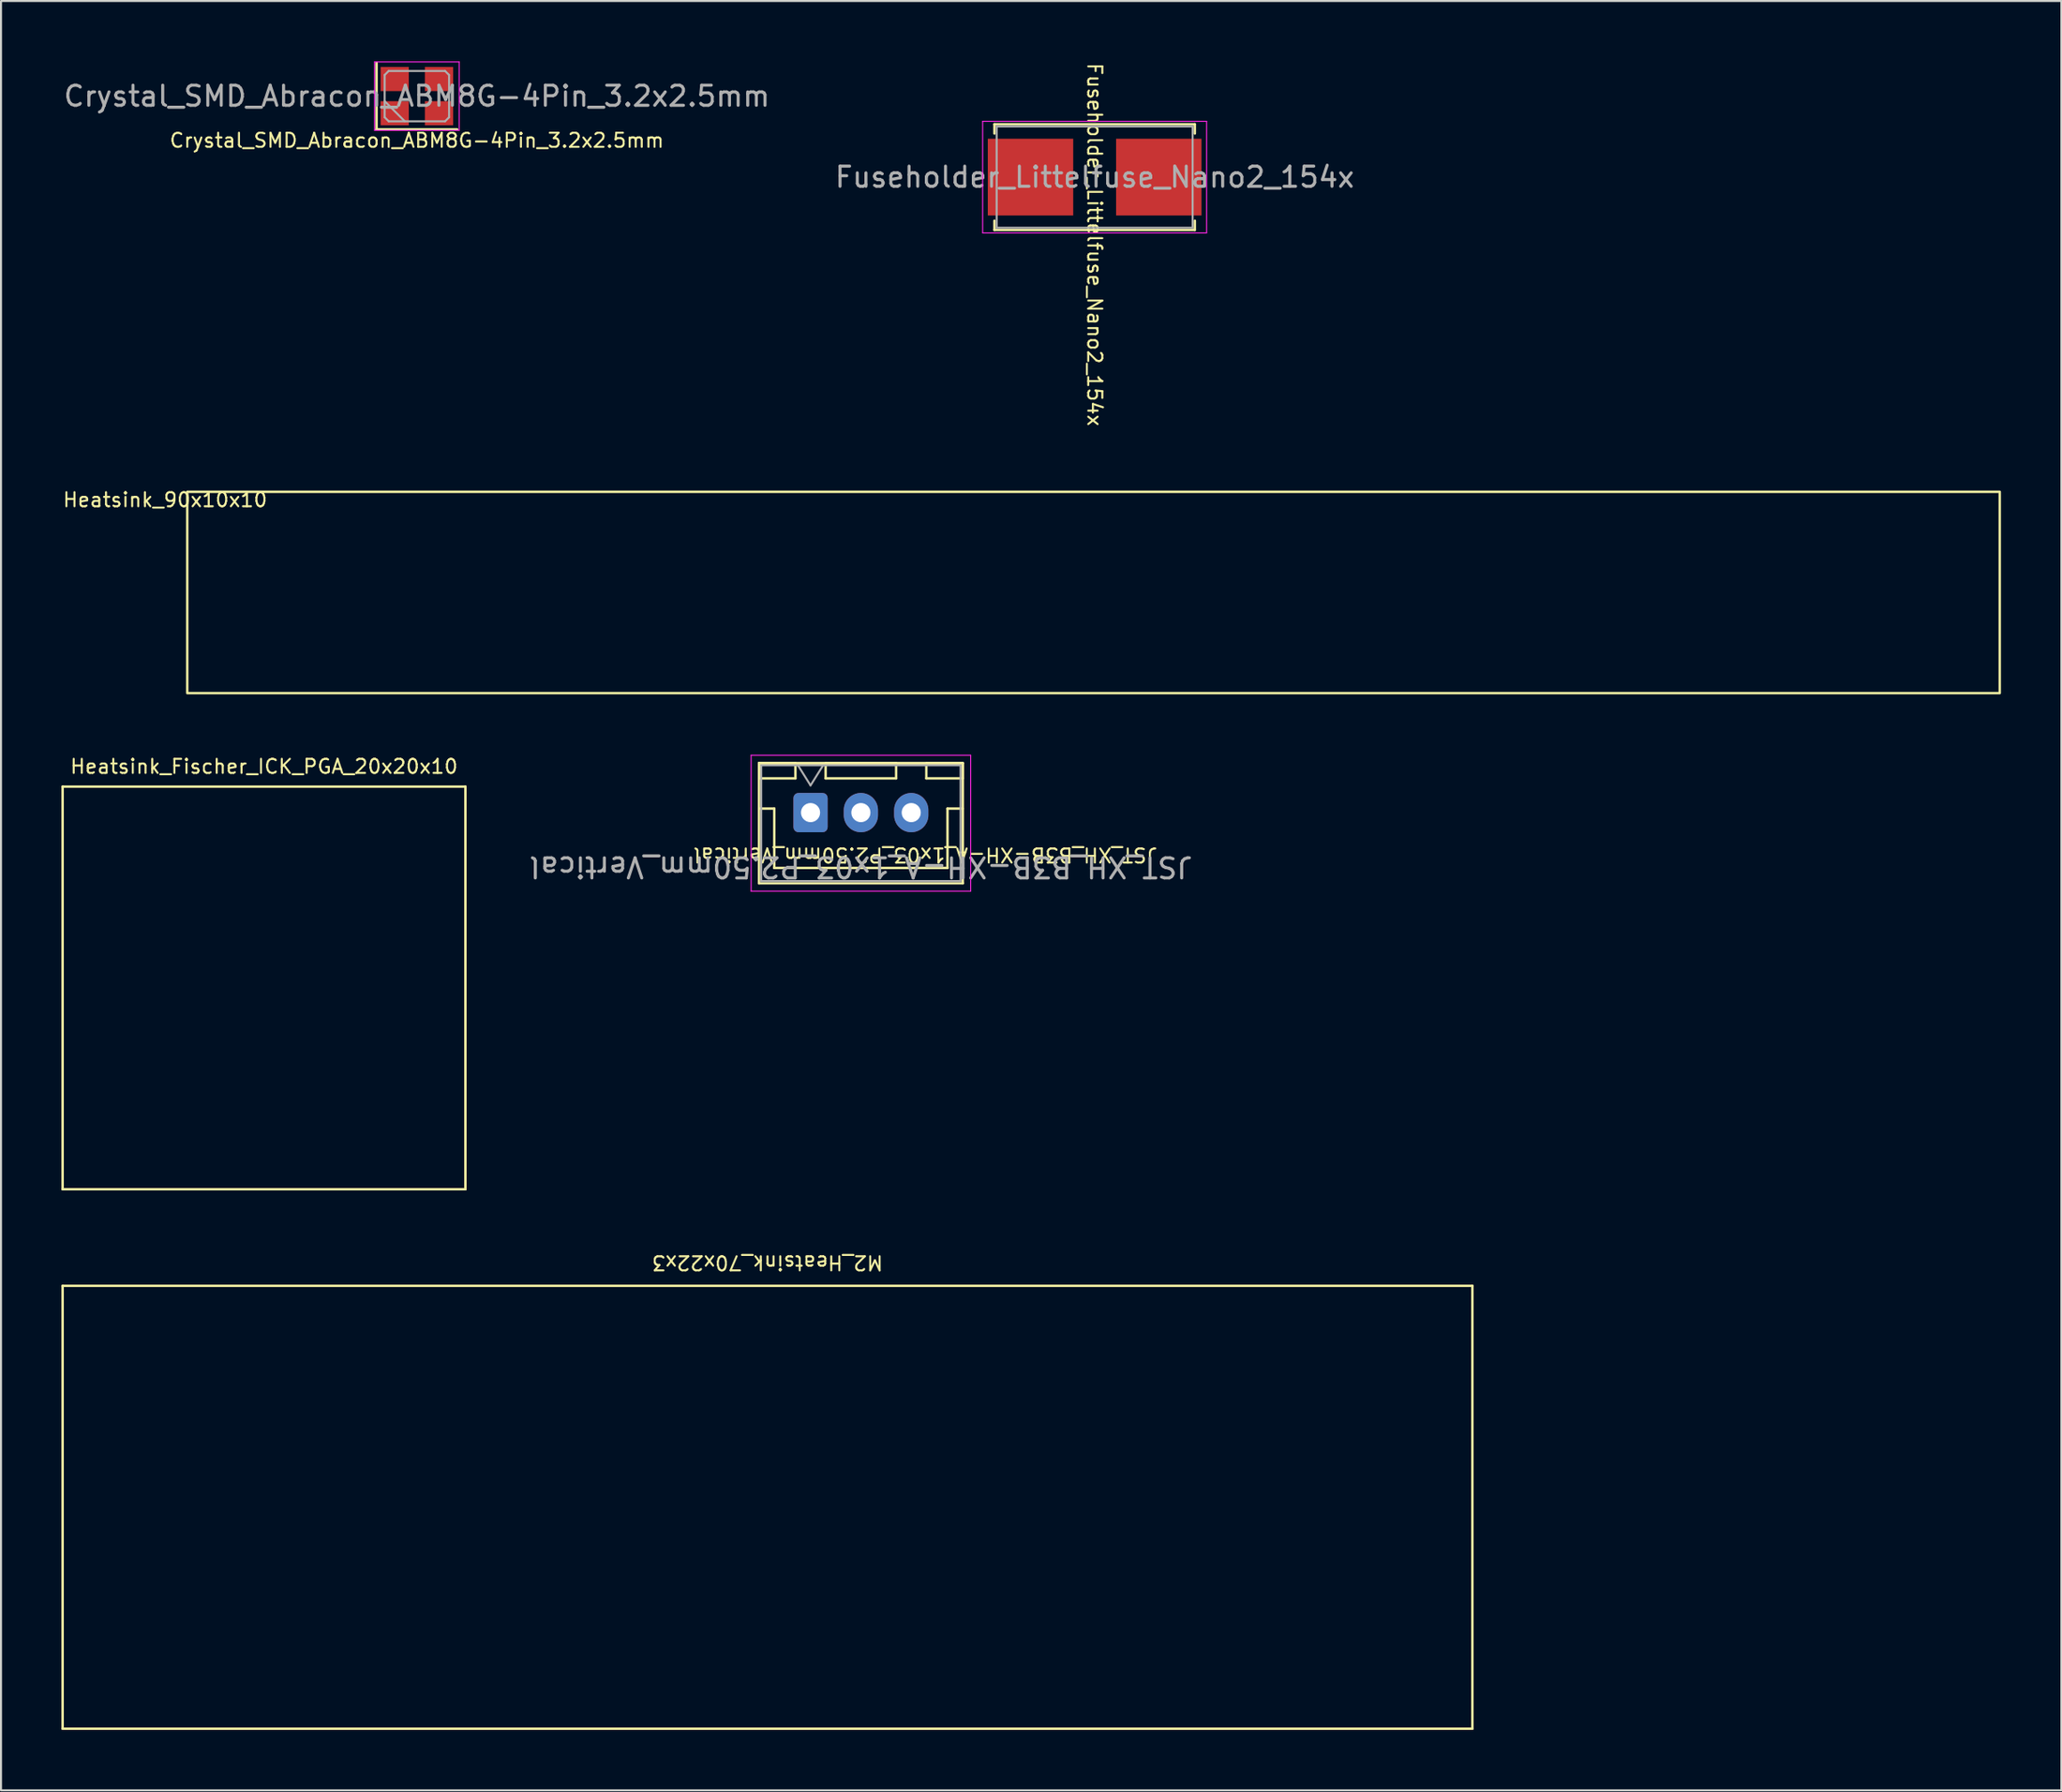
<source format=kicad_pcb>
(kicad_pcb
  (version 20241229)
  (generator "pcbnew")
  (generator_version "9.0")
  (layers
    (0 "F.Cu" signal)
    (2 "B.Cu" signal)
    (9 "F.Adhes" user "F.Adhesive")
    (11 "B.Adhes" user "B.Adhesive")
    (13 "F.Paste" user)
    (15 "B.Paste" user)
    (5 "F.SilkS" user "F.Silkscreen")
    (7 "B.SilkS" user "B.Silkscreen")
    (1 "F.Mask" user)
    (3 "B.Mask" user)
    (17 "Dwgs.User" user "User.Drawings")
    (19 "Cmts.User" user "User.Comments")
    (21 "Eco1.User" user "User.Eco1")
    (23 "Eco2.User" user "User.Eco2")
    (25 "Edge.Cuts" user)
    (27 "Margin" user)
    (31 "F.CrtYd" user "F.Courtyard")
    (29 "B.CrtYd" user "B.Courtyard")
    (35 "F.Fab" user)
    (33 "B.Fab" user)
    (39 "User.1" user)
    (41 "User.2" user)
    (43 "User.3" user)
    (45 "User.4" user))
  (footprint "Heatsink_Fischer_ICK_PGA_20x20x10"
    (layer "F.Cu")
    (at 10.06 46.023)
    (property "Reference" "Heatsink_Fischer_ICK_PGA_20x20x10" (at 0 -11 0) (unlocked yes) (layer "F.SilkS") (effects (font (size 0.7 0.7) (thickness 0.1))))
    (attr exclude_from_pos_files)
    (fp_line (start -10 -10) (end 10 -10) (stroke (width 0.12) (type solid)) (layer "F.SilkS"))
    (fp_line (start -10 10) (end -10 -10) (stroke (width 0.12) (type solid)) (layer "F.SilkS"))
    (fp_line (start 10 -10) (end 10 10) (stroke (width 0.12) (type solid)) (layer "F.SilkS"))
    (fp_line (start 10 10) (end -10 10) (stroke (width 0.12) (type solid)) (layer "F.SilkS")))
  (footprint "Crystal_SMD_Abracon_ABM8G-4Pin_3.2x2.5mm"
    (layer "F.Cu")
    (at 17.649 1.725)
    (property "Reference" "Crystal_SMD_Abracon_ABM8G-4Pin_3.2x2.5mm" (at 0 2.2 0) (unlocked yes) (layer "F.SilkS") (effects (font (size 0.7 0.7) (thickness 0.1))))
    (attr smd)
    (fp_line (start -2 -1.65) (end -2 1.65) (stroke (width 0.12) (type solid)) (layer "F.SilkS"))
    (fp_line (start -2 1.65) (end 2 1.65) (stroke (width 0.12) (type solid)) (layer "F.SilkS"))
    (fp_line (start -2.1 -1.7) (end -2.1 1.7) (stroke (width 0.05) (type solid)) (layer "F.CrtYd"))
    (fp_line (start -2.1 1.7) (end 2.1 1.7) (stroke (width 0.05) (type solid)) (layer "F.CrtYd"))
    (fp_line (start 2.1 -1.7) (end -2.1 -1.7) (stroke (width 0.05) (type solid)) (layer "F.CrtYd"))
    (fp_line (start 2.1 1.7) (end 2.1 -1.7) (stroke (width 0.05) (type solid)) (layer "F.CrtYd"))
    (fp_line (start -1.6 -1.05) (end -1.4 -1.25) (stroke (width 0.1) (type solid)) (layer "F.Fab"))
    (fp_line (start -1.6 0.25) (end -0.6 1.25) (stroke (width 0.1) (type solid)) (layer "F.Fab"))
    (fp_line (start -1.6 1.05) (end -1.6 -1.05) (stroke (width 0.1) (type solid)) (layer "F.Fab"))
    (fp_line (start -1.4 -1.25) (end 1.4 -1.25) (stroke (width 0.1) (type solid)) (layer "F.Fab"))
    (fp_line (start -1.4 1.25) (end -1.6 1.05) (stroke (width 0.1) (type solid)) (layer "F.Fab"))
    (fp_line (start 1.4 -1.25) (end 1.6 -1.05) (stroke (width 0.1) (type solid)) (layer "F.Fab"))
    (fp_line (start 1.4 1.25) (end -1.4 1.25) (stroke (width 0.1) (type solid)) (layer "F.Fab"))
    (fp_line (start 1.6 -1.05) (end 1.6 1.05) (stroke (width 0.1) (type solid)) (layer "F.Fab"))
    (fp_line (start 1.6 1.05) (end 1.4 1.25) (stroke (width 0.1) (type solid)) (layer "F.Fab"))
    (fp_text user "${REFERENCE}" (at 0 0 0) (unlocked yes) (layer "F.Fab") (effects (font (size 1 1) (thickness 0.15))))
    (pad "1" smd rect (at -1.1 0.85) (size 1.4 1.2) (layers "F.Cu" "F.Mask" "F.Paste"))
    (pad "2" smd rect (at 1.1 0.85) (size 1.4 1.2) (layers "F.Cu" "F.Mask" "F.Paste"))
    (pad "3" smd rect (at 1.1 -0.85) (size 1.4 1.2) (layers "F.Cu" "F.Mask" "F.Paste"))
    (pad "4" smd rect (at -1.1 -0.85) (size 1.4 1.2) (layers "F.Cu" "F.Mask" "F.Paste")))
  (footprint "M2_Heatsink_70x22x3"
    (layer "F.Cu")
    (at 35.06 71.818)
    (property "Reference" "M2_Heatsink_70x22x3" (at 0 -12.15 180) (unlocked yes) (layer "F.SilkS") (effects (font (size 0.7 0.7) (thickness 0.1))))
    (attr exclude_from_pos_files)
    (fp_line (start -35 -11) (end 35 -11) (stroke (width 0.12) (type solid)) (layer "F.SilkS"))
    (fp_line (start -35 11) (end -35 -11) (stroke (width 0.12) (type solid)) (layer "F.SilkS"))
    (fp_line (start 35 -11) (end 35 11) (stroke (width 0.12) (type solid)) (layer "F.SilkS"))
    (fp_line (start 35 11) (end -35 11) (stroke (width 0.12) (type solid)) (layer "F.SilkS")))
  (footprint "Heatsink_90x10x10"
    (layer "F.Cu")
    (at 51.247 26.378)
    (property "Reference" "Heatsink_90x10x10" (at -46.1 -4.6 0) (unlocked yes) (layer "F.SilkS") (effects (font (size 0.7 0.7) (thickness 0.1))))
    (attr exclude_from_pos_files)
    (fp_rect (start -45 -5) (end 45 5) (stroke (width 0.12) (type solid)) (fill no) (layer "F.SilkS")))
  (footprint "JST_XH_B3B-XH-A_1x03_P2.50mm_Vertical"
    (layer "F.Cu")
    (at 37.197 37.313)
    (property "Reference" "JST_XH_B3B-XH-A_1x03_P2.50mm_Vertical" (at 5.7 2.1 180) (unlocked yes) (layer "F.SilkS") (effects (font (size 0.7 0.7) (thickness 0.1))))
    (attr through_hole)
    (fp_line (start -2.56 -2.46) (end -2.56 3.51) (stroke (width 0.12) (type solid)) (layer "F.SilkS"))
    (fp_line (start -2.56 3.51) (end 7.56 3.51) (stroke (width 0.12) (type solid)) (layer "F.SilkS"))
    (fp_line (start -2.55 -2.45) (end -2.55 -1.7) (stroke (width 0.12) (type solid)) (layer "F.SilkS"))
    (fp_line (start -2.55 -1.7) (end -0.75 -1.7) (stroke (width 0.12) (type solid)) (layer "F.SilkS"))
    (fp_line (start -2.55 -0.2) (end -1.8 -0.2) (stroke (width 0.12) (type solid)) (layer "F.SilkS"))
    (fp_line (start -1.8 -0.2) (end -1.8 2.75) (stroke (width 0.12) (type solid)) (layer "F.SilkS"))
    (fp_line (start -1.8 2.75) (end 2.5 2.75) (stroke (width 0.12) (type solid)) (layer "F.SilkS"))
    (fp_line (start -0.75 -2.45) (end -2.55 -2.45) (stroke (width 0.12) (type solid)) (layer "F.SilkS"))
    (fp_line (start -0.75 -1.7) (end -0.75 -2.45) (stroke (width 0.12) (type solid)) (layer "F.SilkS"))
    (fp_line (start 0.75 -2.45) (end 0.75 -1.7) (stroke (width 0.12) (type solid)) (layer "F.SilkS"))
    (fp_line (start 0.75 -1.7) (end 4.25 -1.7) (stroke (width 0.12) (type solid)) (layer "F.SilkS"))
    (fp_line (start 4.25 -2.45) (end 0.75 -2.45) (stroke (width 0.12) (type solid)) (layer "F.SilkS"))
    (fp_line (start 4.25 -1.7) (end 4.25 -2.45) (stroke (width 0.12) (type solid)) (layer "F.SilkS"))
    (fp_line (start 5.75 -2.45) (end 5.75 -1.7) (stroke (width 0.12) (type solid)) (layer "F.SilkS"))
    (fp_line (start 5.75 -1.7) (end 7.55 -1.7) (stroke (width 0.12) (type solid)) (layer "F.SilkS"))
    (fp_line (start 6.8 -0.2) (end 6.8 2.75) (stroke (width 0.12) (type solid)) (layer "F.SilkS"))
    (fp_line (start 6.8 2.75) (end 2.5 2.75) (stroke (width 0.12) (type solid)) (layer "F.SilkS"))
    (fp_line (start 7.55 -2.45) (end 5.75 -2.45) (stroke (width 0.12) (type solid)) (layer "F.SilkS"))
    (fp_line (start 7.55 -1.7) (end 7.55 -2.45) (stroke (width 0.12) (type solid)) (layer "F.SilkS"))
    (fp_line (start 7.55 -0.2) (end 6.8 -0.2) (stroke (width 0.12) (type solid)) (layer "F.SilkS"))
    (fp_line (start 7.56 -2.46) (end -2.56 -2.46) (stroke (width 0.12) (type solid)) (layer "F.SilkS"))
    (fp_line (start 7.56 3.51) (end 7.56 -2.46) (stroke (width 0.12) (type solid)) (layer "F.SilkS"))
    (fp_line (start -2.95 -2.85) (end -2.95 3.9) (stroke (width 0.05) (type solid)) (layer "F.CrtYd"))
    (fp_line (start -2.95 3.9) (end 7.95 3.9) (stroke (width 0.05) (type solid)) (layer "F.CrtYd"))
    (fp_line (start 7.95 -2.85) (end -2.95 -2.85) (stroke (width 0.05) (type solid)) (layer "F.CrtYd"))
    (fp_line (start 7.95 3.9) (end 7.95 -2.85) (stroke (width 0.05) (type solid)) (layer "F.CrtYd"))
    (fp_line (start -2.45 -2.35) (end -2.45 3.4) (stroke (width 0.1) (type solid)) (layer "F.Fab"))
    (fp_line (start -2.45 3.4) (end 7.45 3.4) (stroke (width 0.1) (type solid)) (layer "F.Fab"))
    (fp_line (start -0.625 -2.35) (end 0 -1.35) (stroke (width 0.1) (type solid)) (layer "F.Fab"))
    (fp_line (start 0 -1.35) (end 0.625 -2.35) (stroke (width 0.1) (type solid)) (layer "F.Fab"))
    (fp_line (start 7.45 -2.35) (end -2.45 -2.35) (stroke (width 0.1) (type solid)) (layer "F.Fab"))
    (fp_line (start 7.45 3.4) (end 7.45 -2.35) (stroke (width 0.1) (type solid)) (layer "F.Fab"))
    (fp_text user "${REFERENCE}" (at 2.5 2.7 180) (unlocked yes) (layer "F.Fab") (effects (font (size 1 1) (thickness 0.15))))
    (pad "1" thru_hole roundrect (at 0 0) (size 1.7 1.95) (drill 0.95) (layers "*.Cu" "*.Mask") (roundrect_rratio 0.147))
    (pad "2" thru_hole oval (at 2.5 0) (size 1.7 1.95) (drill 0.95) (layers "*.Cu" "*.Mask"))
    (pad "3" thru_hole oval (at 5 0) (size 1.7 1.95) (drill 0.95) (layers "*.Cu" "*.Mask")))
  (footprint "Fuseholder_Littelfuse_Nano2_154x"
    (layer "F.Cu")
    (at 51.304 5.747)
    (property "Reference" "Fuseholder_Littelfuse_Nano2_154x" (at 0 3.35 270) (unlocked yes) (layer "F.SilkS") (effects (font (size 0.7 0.7) (thickness 0.1))))
    (attr smd)
    (fp_line (start -4.975 -2.625) (end -4.975 -2.165) (stroke (width 0.12) (type solid)) (layer "F.SilkS"))
    (fp_line (start -4.975 -2.625) (end 4.975 -2.625) (stroke (width 0.12) (type solid)) (layer "F.SilkS"))
    (fp_line (start -4.975 2.165) (end -4.975 2.625) (stroke (width 0.12) (type solid)) (layer "F.SilkS"))
    (fp_line (start -4.975 2.625) (end 4.975 2.625) (stroke (width 0.12) (type solid)) (layer "F.SilkS"))
    (fp_line (start 4.975 -2.625) (end 4.975 -2.165) (stroke (width 0.12) (type solid)) (layer "F.SilkS"))
    (fp_line (start 4.975 2.625) (end 4.975 2.165) (stroke (width 0.12) (type solid)) (layer "F.SilkS"))
    (fp_line (start -5.56 -2.77) (end -5.56 2.77) (stroke (width 0.05) (type solid)) (layer "F.CrtYd"))
    (fp_line (start -5.56 -2.77) (end 5.56 -2.77) (stroke (width 0.05) (type solid)) (layer "F.CrtYd"))
    (fp_line (start -5.56 2.77) (end 5.56 2.77) (stroke (width 0.05) (type solid)) (layer "F.CrtYd"))
    (fp_line (start 5.56 -2.77) (end 5.56 2.77) (stroke (width 0.05) (type solid)) (layer "F.CrtYd"))
    (fp_line (start -4.865 -2.515) (end -4.865 2.515) (stroke (width 0.1) (type solid)) (layer "F.Fab"))
    (fp_line (start -4.865 -2.515) (end 4.865 -2.515) (stroke (width 0.1) (type solid)) (layer "F.Fab"))
    (fp_line (start -4.865 2.515) (end 4.865 2.515) (stroke (width 0.1) (type solid)) (layer "F.Fab"))
    (fp_line (start 4.865 2.515) (end 4.865 -2.515) (stroke (width 0.1) (type solid)) (layer "F.Fab"))
    (fp_text user "${REFERENCE}" (at 0 0 0) (layer "F.Fab") (effects (font (size 1 1) (thickness 0.15))))
    (pad "1" smd rect (at -3.185 0) (size 4.24 3.81) (layers "F.Cu" "F.Mask" "F.Paste"))
    (pad "2" smd rect (at 3.185 0) (size 4.24 3.81) (layers "F.Cu" "F.Mask" "F.Paste")))
  (gr_rect
    (start -3 -3)
    (end 99.307 85.878)
    (stroke (width 0.1) (type default))
    (fill no)
    (layer "Edge.Cuts")))
</source>
